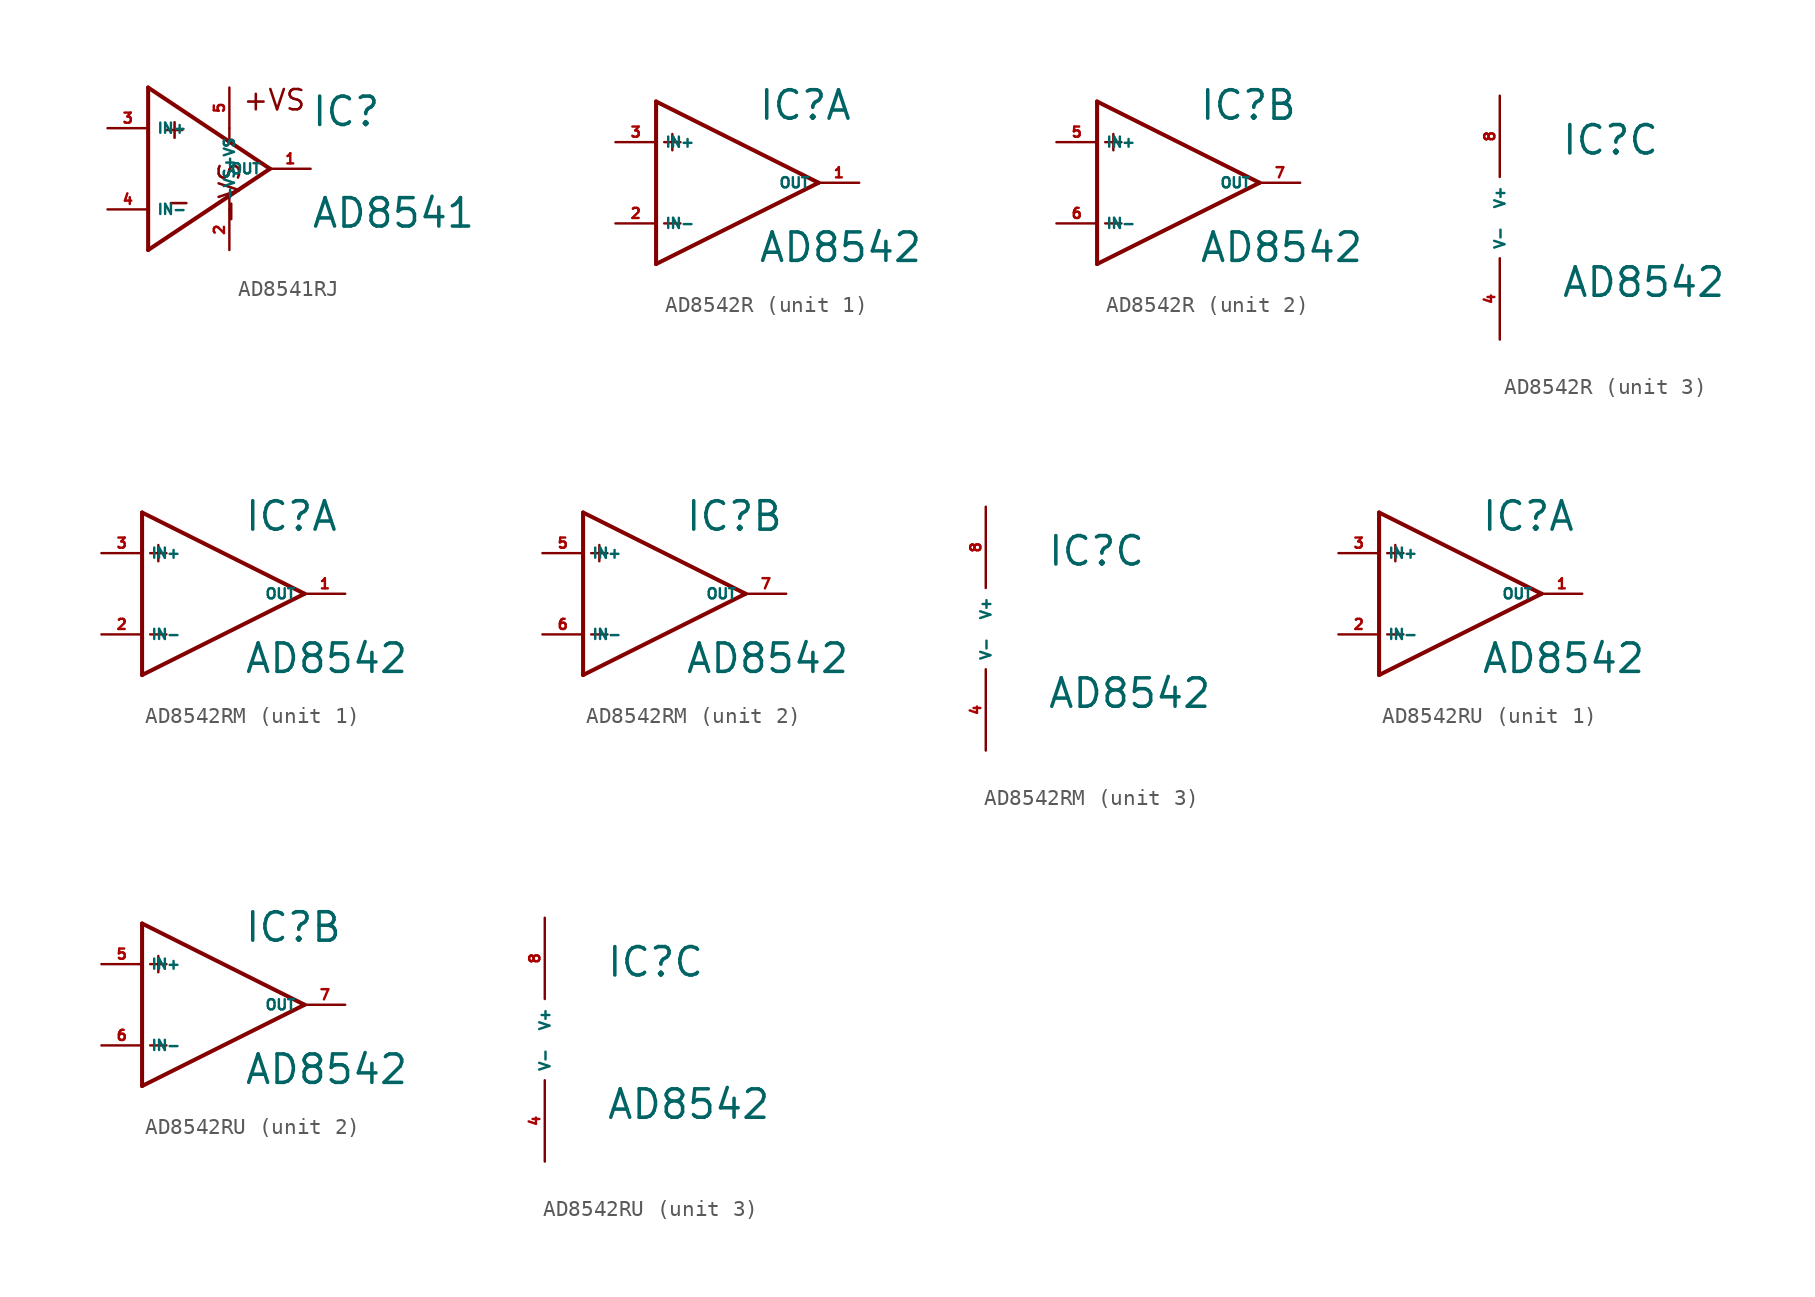
<source format=kicad_sym>
(kicad_symbol_lib
  (version 20220914)
  (generator Eagle2Kicad)
  (symbol "AD8541RJ"
    (property "Reference" "IC"
      (at 7.62 2.54 0)
      (effects (font (size 1.778 1.778) (thickness 0.22)) (justify left bottom)))
    (property "Value" "AD8541"
      (at 7.62 -3.81 0)
      (effects (font (size 1.778 1.778) (thickness 0.22)) (justify left bottom)))
    (polyline
      (pts (xy -2.54 5.08) (xy -2.54 -5.08))
      (stroke (width 0.254) (type default))
      (fill (type none)))
    (polyline
      (pts (xy -2.54 -5.08) (xy 5.08 0))
      (stroke (width 0.254) (type default))
      (fill (type none)))
    (polyline
      (pts (xy 5.08 0) (xy -2.54 5.08))
      (stroke (width 0.254) (type default))
      (fill (type none)))
    (polyline
      (pts (xy 2.54 2.54) (xy 2.54 1.778))
      (stroke (width 0.152) (type default))
      (fill (type none)))
    (polyline
      (pts (xy 2.54 -2.54) (xy 2.54 -1.778))
      (stroke (width 0.152) (type default))
      (fill (type none)))
    (text "+"
      (at -1.778 1.778 0)
      (effects (font (size 1.27 1.27) (thickness 0.16)) (justify left bottom)))
    (text "-"
      (at -1.524 -2.794 0)
      (effects (font (size 1.27 1.27) (thickness 0.16)) (justify left bottom)))
    (text "+VS"
      (at 3.302 3.556 0)
      (effects (font (size 1.27 1.27) (thickness 0.16)) (justify left bottom)))
    (text "-VS"
      (at 3.302 -3.556 1800)
      (effects (font (size 1.27 1.27) (thickness 0.16)) (justify left bottom mirror)))
    (pin input line
      (at -5.08 2.54 0)
      (length 2.54)
      (name "IN+" (effects (font (size 0.635 0.635) (thickness 0.08)) (justify left bottom)))
      (number "3" (effects (font (size 0.635 0.635) (thickness 0.08)) (justify left bottom))))
    (pin input line
      (at -5.08 -2.54 0)
      (length 2.54)
      (name "IN-" (effects (font (size 0.635 0.635) (thickness 0.08)) (justify left bottom)))
      (number "4" (effects (font (size 0.635 0.635) (thickness 0.08)) (justify left bottom))))
    (pin output line
      (at 7.62 0 180)
      (length 2.54)
      (name "OUT" (effects (font (size 0.635 0.635) (thickness 0.08)) (justify left bottom)))
      (number "1" (effects (font (size 0.635 0.635) (thickness 0.08)) (justify left bottom))))
    (pin input line
      (at 2.54 -5.08 90)
      (length 2.54)
      (name "-VS" (effects (font (size 0.635 0.635) (thickness 0.08)) (justify left bottom)))
      (number "2" (effects (font (size 0.635 0.635) (thickness 0.08)) (justify left bottom))))
    (pin input line
      (at 2.54 5.08 270)
      (length 2.54)
      (name "+VS" (effects (font (size 0.635 0.635) (thickness 0.08)) (justify left bottom)))
      (number "5" (effects (font (size 0.635 0.635) (thickness 0.08)) (justify left bottom)))))
  (symbol "AD8542R"
    (property "Reference" "IC"
      (at 3.81 3.81 0)
      (effects (font (size 1.778 1.778) (thickness 0.22)) (justify left bottom)))
    (property "Value" "AD8542"
      (at 3.81 -5.08 0)
      (effects (font (size 1.778 1.778) (thickness 0.22)) (justify left bottom)))
    (symbol "AD8542R_1_0"
      (polyline (pts (xy -2.54 5.08) (xy -2.54 -5.08)) (stroke (width 0.254) (type default)) (fill (type none)))
      (polyline (pts (xy -2.54 -5.08) (xy 7.62 0)) (stroke (width 0.254) (type default)) (fill (type none)))
      (polyline (pts (xy 7.62 0) (xy -2.54 5.08)) (stroke (width 0.254) (type default)) (fill (type none)))
      (polyline (pts (xy -2.032 2.54) (xy -1.016 2.54)) (stroke (width 0.152) (type default)) (fill (type none)))
      (polyline (pts (xy -1.524 3.048) (xy -1.524 2.032)) (stroke (width 0.152) (type default)) (fill (type none)))
      (polyline (pts (xy -2.032 -2.54) (xy -1.016 -2.54)) (stroke (width 0.152) (type default)) (fill (type none)))
      (pin input line (at -5.08 2.54 0) (length 2.54) (name "IN+" (effects (font (size 0.635 0.635) (thickness 0.08)) (justify left bottom))) (number "3" (effects (font (size 0.635 0.635) (thickness 0.08)) (justify left bottom))))
      (pin input line (at -5.08 -2.54 0) (length 2.54) (name "IN-" (effects (font (size 0.635 0.635) (thickness 0.08)) (justify left bottom))) (number "2" (effects (font (size 0.635 0.635) (thickness 0.08)) (justify left bottom))))
      (pin output line (at 10.16 0 180) (length 2.54) (name "OUT" (effects (font (size 0.635 0.635) (thickness 0.08)) (justify left bottom))) (number "1" (effects (font (size 0.635 0.635) (thickness 0.08)) (justify left bottom)))))
    (symbol "AD8542R_2_0"
      (polyline (pts (xy -2.54 5.08) (xy -2.54 -5.08)) (stroke (width 0.254) (type default)) (fill (type none)))
      (polyline (pts (xy -2.54 -5.08) (xy 7.62 0)) (stroke (width 0.254) (type default)) (fill (type none)))
      (polyline (pts (xy 7.62 0) (xy -2.54 5.08)) (stroke (width 0.254) (type default)) (fill (type none)))
      (polyline (pts (xy -2.032 2.54) (xy -1.016 2.54)) (stroke (width 0.152) (type default)) (fill (type none)))
      (polyline (pts (xy -1.524 3.048) (xy -1.524 2.032)) (stroke (width 0.152) (type default)) (fill (type none)))
      (polyline (pts (xy -2.032 -2.54) (xy -1.016 -2.54)) (stroke (width 0.152) (type default)) (fill (type none)))
      (pin input line (at -5.08 2.54 0) (length 2.54) (name "IN+" (effects (font (size 0.635 0.635) (thickness 0.08)) (justify left bottom))) (number "5" (effects (font (size 0.635 0.635) (thickness 0.08)) (justify left bottom))))
      (pin input line (at -5.08 -2.54 0) (length 2.54) (name "IN-" (effects (font (size 0.635 0.635) (thickness 0.08)) (justify left bottom))) (number "6" (effects (font (size 0.635 0.635) (thickness 0.08)) (justify left bottom))))
      (pin output line (at 10.16 0 180) (length 2.54) (name "OUT" (effects (font (size 0.635 0.635) (thickness 0.08)) (justify left bottom))) (number "7" (effects (font (size 0.635 0.635) (thickness 0.08)) (justify left bottom)))))
    (symbol "AD8542R_3_0"
      (pin unspecified line (at 0 7.62 270) (length 5.08) (name "V+" (effects (font (size 0.635 0.635) (thickness 0.08)) (justify left bottom))) (number "8" (effects (font (size 0.635 0.635) (thickness 0.08)) (justify left bottom))))
      (pin unspecified line (at 0 -7.62 90) (length 5.08) (name "V-" (effects (font (size 0.635 0.635) (thickness 0.08)) (justify left bottom))) (number "4" (effects (font (size 0.635 0.635) (thickness 0.08)) (justify left bottom))))))
  (symbol "AD8542RM"
    (property "Reference" "IC"
      (at 3.81 3.81 0)
      (effects (font (size 1.778 1.778) (thickness 0.22)) (justify left bottom)))
    (property "Value" "AD8542"
      (at 3.81 -5.08 0)
      (effects (font (size 1.778 1.778) (thickness 0.22)) (justify left bottom)))
    (symbol "AD8542RM_1_0"
      (polyline (pts (xy -2.54 5.08) (xy -2.54 -5.08)) (stroke (width 0.254) (type default)) (fill (type none)))
      (polyline (pts (xy -2.54 -5.08) (xy 7.62 0)) (stroke (width 0.254) (type default)) (fill (type none)))
      (polyline (pts (xy 7.62 0) (xy -2.54 5.08)) (stroke (width 0.254) (type default)) (fill (type none)))
      (polyline (pts (xy -2.032 2.54) (xy -1.016 2.54)) (stroke (width 0.152) (type default)) (fill (type none)))
      (polyline (pts (xy -1.524 3.048) (xy -1.524 2.032)) (stroke (width 0.152) (type default)) (fill (type none)))
      (polyline (pts (xy -2.032 -2.54) (xy -1.016 -2.54)) (stroke (width 0.152) (type default)) (fill (type none)))
      (pin input line (at -5.08 2.54 0) (length 2.54) (name "IN+" (effects (font (size 0.635 0.635) (thickness 0.08)) (justify left bottom))) (number "3" (effects (font (size 0.635 0.635) (thickness 0.08)) (justify left bottom))))
      (pin input line (at -5.08 -2.54 0) (length 2.54) (name "IN-" (effects (font (size 0.635 0.635) (thickness 0.08)) (justify left bottom))) (number "2" (effects (font (size 0.635 0.635) (thickness 0.08)) (justify left bottom))))
      (pin output line (at 10.16 0 180) (length 2.54) (name "OUT" (effects (font (size 0.635 0.635) (thickness 0.08)) (justify left bottom))) (number "1" (effects (font (size 0.635 0.635) (thickness 0.08)) (justify left bottom)))))
    (symbol "AD8542RM_2_0"
      (polyline (pts (xy -2.54 5.08) (xy -2.54 -5.08)) (stroke (width 0.254) (type default)) (fill (type none)))
      (polyline (pts (xy -2.54 -5.08) (xy 7.62 0)) (stroke (width 0.254) (type default)) (fill (type none)))
      (polyline (pts (xy 7.62 0) (xy -2.54 5.08)) (stroke (width 0.254) (type default)) (fill (type none)))
      (polyline (pts (xy -2.032 2.54) (xy -1.016 2.54)) (stroke (width 0.152) (type default)) (fill (type none)))
      (polyline (pts (xy -1.524 3.048) (xy -1.524 2.032)) (stroke (width 0.152) (type default)) (fill (type none)))
      (polyline (pts (xy -2.032 -2.54) (xy -1.016 -2.54)) (stroke (width 0.152) (type default)) (fill (type none)))
      (pin input line (at -5.08 2.54 0) (length 2.54) (name "IN+" (effects (font (size 0.635 0.635) (thickness 0.08)) (justify left bottom))) (number "5" (effects (font (size 0.635 0.635) (thickness 0.08)) (justify left bottom))))
      (pin input line (at -5.08 -2.54 0) (length 2.54) (name "IN-" (effects (font (size 0.635 0.635) (thickness 0.08)) (justify left bottom))) (number "6" (effects (font (size 0.635 0.635) (thickness 0.08)) (justify left bottom))))
      (pin output line (at 10.16 0 180) (length 2.54) (name "OUT" (effects (font (size 0.635 0.635) (thickness 0.08)) (justify left bottom))) (number "7" (effects (font (size 0.635 0.635) (thickness 0.08)) (justify left bottom)))))
    (symbol "AD8542RM_3_0"
      (pin unspecified line (at 0 7.62 270) (length 5.08) (name "V+" (effects (font (size 0.635 0.635) (thickness 0.08)) (justify left bottom))) (number "8" (effects (font (size 0.635 0.635) (thickness 0.08)) (justify left bottom))))
      (pin unspecified line (at 0 -7.62 90) (length 5.08) (name "V-" (effects (font (size 0.635 0.635) (thickness 0.08)) (justify left bottom))) (number "4" (effects (font (size 0.635 0.635) (thickness 0.08)) (justify left bottom))))))
  (symbol "AD8542RU"
    (property "Reference" "IC"
      (at 3.81 3.81 0)
      (effects (font (size 1.778 1.778) (thickness 0.22)) (justify left bottom)))
    (property "Value" "AD8542"
      (at 3.81 -5.08 0)
      (effects (font (size 1.778 1.778) (thickness 0.22)) (justify left bottom)))
    (symbol "AD8542RU_1_0"
      (polyline (pts (xy -2.54 5.08) (xy -2.54 -5.08)) (stroke (width 0.254) (type default)) (fill (type none)))
      (polyline (pts (xy -2.54 -5.08) (xy 7.62 0)) (stroke (width 0.254) (type default)) (fill (type none)))
      (polyline (pts (xy 7.62 0) (xy -2.54 5.08)) (stroke (width 0.254) (type default)) (fill (type none)))
      (polyline (pts (xy -2.032 2.54) (xy -1.016 2.54)) (stroke (width 0.152) (type default)) (fill (type none)))
      (polyline (pts (xy -1.524 3.048) (xy -1.524 2.032)) (stroke (width 0.152) (type default)) (fill (type none)))
      (polyline (pts (xy -2.032 -2.54) (xy -1.016 -2.54)) (stroke (width 0.152) (type default)) (fill (type none)))
      (pin input line (at -5.08 2.54 0) (length 2.54) (name "IN+" (effects (font (size 0.635 0.635) (thickness 0.08)) (justify left bottom))) (number "3" (effects (font (size 0.635 0.635) (thickness 0.08)) (justify left bottom))))
      (pin input line (at -5.08 -2.54 0) (length 2.54) (name "IN-" (effects (font (size 0.635 0.635) (thickness 0.08)) (justify left bottom))) (number "2" (effects (font (size 0.635 0.635) (thickness 0.08)) (justify left bottom))))
      (pin output line (at 10.16 0 180) (length 2.54) (name "OUT" (effects (font (size 0.635 0.635) (thickness 0.08)) (justify left bottom))) (number "1" (effects (font (size 0.635 0.635) (thickness 0.08)) (justify left bottom)))))
    (symbol "AD8542RU_2_0"
      (polyline (pts (xy -2.54 5.08) (xy -2.54 -5.08)) (stroke (width 0.254) (type default)) (fill (type none)))
      (polyline (pts (xy -2.54 -5.08) (xy 7.62 0)) (stroke (width 0.254) (type default)) (fill (type none)))
      (polyline (pts (xy 7.62 0) (xy -2.54 5.08)) (stroke (width 0.254) (type default)) (fill (type none)))
      (polyline (pts (xy -2.032 2.54) (xy -1.016 2.54)) (stroke (width 0.152) (type default)) (fill (type none)))
      (polyline (pts (xy -1.524 3.048) (xy -1.524 2.032)) (stroke (width 0.152) (type default)) (fill (type none)))
      (polyline (pts (xy -2.032 -2.54) (xy -1.016 -2.54)) (stroke (width 0.152) (type default)) (fill (type none)))
      (pin input line (at -5.08 2.54 0) (length 2.54) (name "IN+" (effects (font (size 0.635 0.635) (thickness 0.08)) (justify left bottom))) (number "5" (effects (font (size 0.635 0.635) (thickness 0.08)) (justify left bottom))))
      (pin input line (at -5.08 -2.54 0) (length 2.54) (name "IN-" (effects (font (size 0.635 0.635) (thickness 0.08)) (justify left bottom))) (number "6" (effects (font (size 0.635 0.635) (thickness 0.08)) (justify left bottom))))
      (pin output line (at 10.16 0 180) (length 2.54) (name "OUT" (effects (font (size 0.635 0.635) (thickness 0.08)) (justify left bottom))) (number "7" (effects (font (size 0.635 0.635) (thickness 0.08)) (justify left bottom)))))
    (symbol "AD8542RU_3_0"
      (pin unspecified line (at 0 7.62 270) (length 5.08) (name "V+" (effects (font (size 0.635 0.635) (thickness 0.08)) (justify left bottom))) (number "8" (effects (font (size 0.635 0.635) (thickness 0.08)) (justify left bottom))))
      (pin unspecified line (at 0 -7.62 90) (length 5.08) (name "V-" (effects (font (size 0.635 0.635) (thickness 0.08)) (justify left bottom))) (number "4" (effects (font (size 0.635 0.635) (thickness 0.08)) (justify left bottom)))))))
</source>
